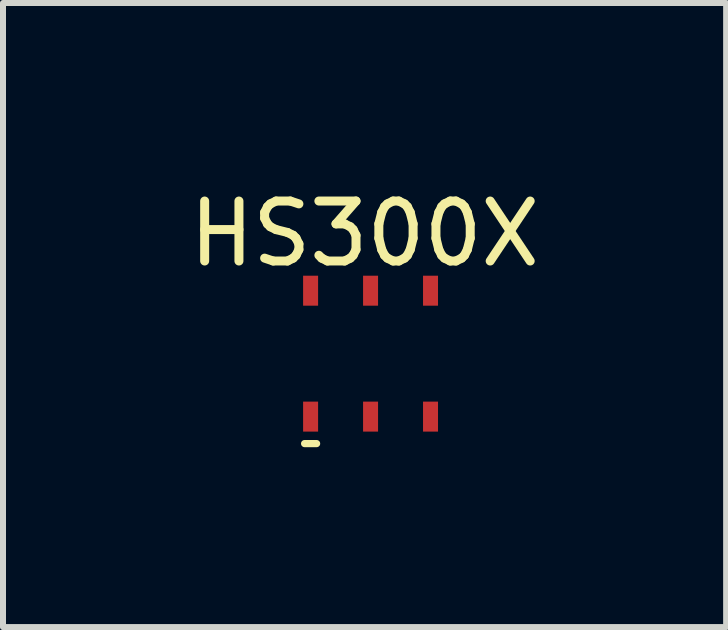
<source format=kicad_pcb>
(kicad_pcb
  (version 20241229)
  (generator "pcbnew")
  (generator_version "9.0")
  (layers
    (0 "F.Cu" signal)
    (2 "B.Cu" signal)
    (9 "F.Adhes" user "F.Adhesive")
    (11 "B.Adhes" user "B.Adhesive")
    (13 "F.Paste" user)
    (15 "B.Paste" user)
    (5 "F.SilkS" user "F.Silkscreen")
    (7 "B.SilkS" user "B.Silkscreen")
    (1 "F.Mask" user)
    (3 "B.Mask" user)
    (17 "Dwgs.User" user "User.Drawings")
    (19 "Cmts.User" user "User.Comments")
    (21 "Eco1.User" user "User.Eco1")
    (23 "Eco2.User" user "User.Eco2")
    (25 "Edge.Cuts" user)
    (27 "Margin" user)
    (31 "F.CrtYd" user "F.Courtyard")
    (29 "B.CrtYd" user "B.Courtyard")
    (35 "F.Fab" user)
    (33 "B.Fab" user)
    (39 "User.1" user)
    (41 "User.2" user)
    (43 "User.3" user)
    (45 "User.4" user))
  (footprint "HS300X"
    (layer "F.Cu")
    (at 3.13 2.848)
    (property "Reference" "HS300X" (at -0.1 -2 0) (layer "F.SilkS") (effects (font (size 1 1) (thickness 0.15))))
    (attr through_hole)
    (fp_line (start -1.1 1.5) (end -0.9 1.5) (stroke (width 0.12) (type solid)) (layer "F.SilkS"))
    (pad "1" smd rect (at -1 1.05) (size 0.25 0.5) (layers "F.Cu" "F.Mask" "F.Paste"))
    (pad "2" smd rect (at 0 1.05) (size 0.25 0.5) (layers "F.Cu" "F.Mask" "F.Paste"))
    (pad "3" smd rect (at 1 1.05) (size 0.25 0.5) (layers "F.Cu" "F.Mask" "F.Paste"))
    (pad "4" smd rect (at 1 -1.05) (size 0.25 0.5) (layers "F.Cu" "F.Mask" "F.Paste"))
    (pad "5" smd rect (at 0 -1.05) (size 0.25 0.5) (layers "F.Cu" "F.Mask" "F.Paste"))
    (pad "6" smd rect (at -1 -1.05) (size 0.25 0.5) (layers "F.Cu" "F.Mask" "F.Paste")))
  (gr_rect
    (start -3 -3)
    (end 9.06 7.408)
    (stroke (width 0.1) (type default))
    (fill no)
    (layer "Edge.Cuts")))
</source>
